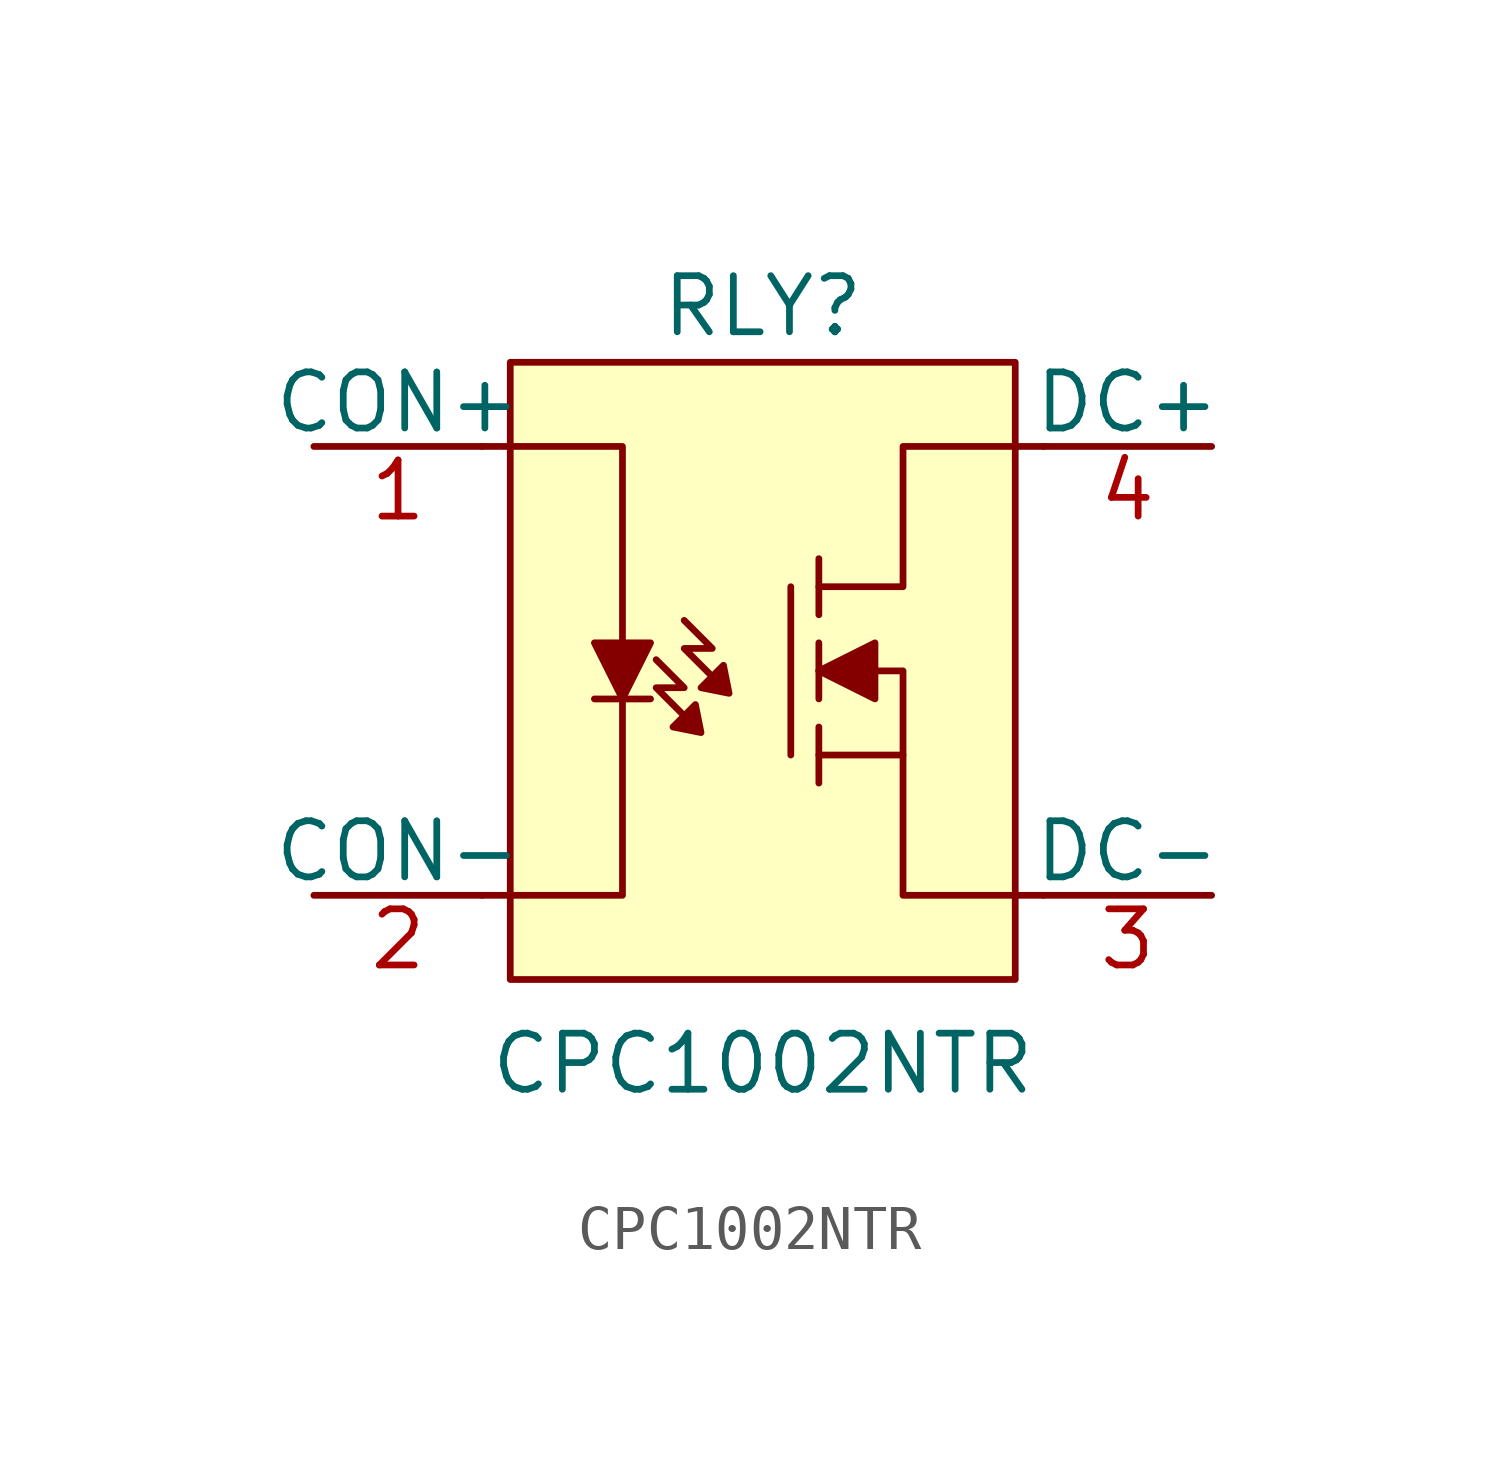
<source format=kicad_sym>
(kicad_symbol_lib
  (version 20211014)
  (generator kicad_symbol_editor)
  (symbol "CPC1002NTR"
    (pin_names
      (offset 0))
    (property "Reference" "RLY"
      (at 0 8.255 0)
      (effects (font (size 1.27 1.27))))
    (property "Value" "CPC1002NTR"
      (at 0 -8.89 0)
      (effects (font (size 1.27 1.27))))
    (symbol "CPC1002NTR_0_1"
      (polyline (pts (xy -3.81 -0.635) (xy -2.54 -0.635)) (stroke (width 0) (type default) (color 0 0 0 0)) (fill (type none)))
      (polyline (pts (xy 0.635 1.905) (xy 0.635 -1.905)) (stroke (width 0) (type default) (color 0 0 0 0)) (fill (type none)))
      (polyline (pts (xy 1.27 -1.27) (xy 1.27 -2.54)) (stroke (width 0) (type default) (color 0 0 0 0)) (fill (type none)))
      (polyline (pts (xy 1.27 -0.635) (xy 1.27 0.635)) (stroke (width 0) (type default) (color 0 0 0 0)) (fill (type none)))
      (polyline (pts (xy 1.27 1.27) (xy 1.27 2.54)) (stroke (width 0) (type default) (color 0 0 0 0)) (fill (type none)))
      (polyline (pts (xy 3.175 -1.905) (xy 3.175 0) (xy 1.27 0)) (stroke (width 0) (type default) (color 0 0 0 0)) (fill (type none)))
      (polyline (pts (xy -6.35 5.08) (xy -3.175 5.08) (xy -3.175 -5.08) (xy -6.35 -5.08)) (stroke (width 0) (type default) (color 0 0 0 0)) (fill (type none)))
      (polyline (pts (xy -3.81 0.635) (xy -2.54 0.635) (xy -3.175 -0.635) (xy -3.81 0.635)) (stroke (width 0) (type default) (color 0 0 0 0)) (fill (type outline)))
      (polyline (pts (xy -2.413 0.254) (xy -1.778 -0.381) (xy -2.413 -0.381) (xy -1.778 -1.016)) (stroke (width 0) (type default) (color 0 0 0 0)) (fill (type none)))
      (polyline (pts (xy -1.778 1.143) (xy -1.143 0.508) (xy -1.778 0.508) (xy -1.143 -0.127)) (stroke (width 0) (type default) (color 0 0 0 0)) (fill (type none)))
      (polyline (pts (xy -1.524 -0.762) (xy -2.032 -1.27) (xy -1.397 -1.397) (xy -1.524 -0.762)) (stroke (width 0) (type default) (color 0 0 0 0)) (fill (type outline)))
      (polyline (pts (xy -0.889 0.127) (xy -1.397 -0.381) (xy -0.762 -0.508) (xy -0.889 0.127)) (stroke (width 0) (type default) (color 0 0 0 0)) (fill (type outline)))
      (polyline (pts (xy 1.27 -1.905) (xy 3.175 -1.905) (xy 3.175 -5.08) (xy 6.35 -5.08)) (stroke (width 0) (type default) (color 0 0 0 0)) (fill (type none)))
      (polyline (pts (xy 1.27 0) (xy 2.54 0.635) (xy 2.54 -0.635) (xy 1.27 0)) (stroke (width 0) (type default) (color 0 0 0 0)) (fill (type outline)))
      (polyline (pts (xy 1.27 1.905) (xy 3.175 1.905) (xy 3.175 5.08) (xy 6.35 5.08)) (stroke (width 0) (type default) (color 0 0 0 0)) (fill (type none)))
      (rectangle (start 5.715 6.985) (end -5.715 -6.985) (stroke (width 0) (type default) (color 0 0 0 0)) (fill (type background))))
    (symbol "CPC1002NTR_1_1"
      (pin passive line (at -10.16 5.08 0) (length 3.81) (name "CON+" (effects (font (size 1.27 1.27)))) (number "1" (effects (font (size 1.27 1.27)))))
      (pin passive line (at -10.16 -5.08 0) (length 3.81) (name "CON-" (effects (font (size 1.27 1.27)))) (number "2" (effects (font (size 1.27 1.27)))))
      (pin input line (at 10.16 -5.08 180) (length 3.81) (name "DC-" (effects (font (size 1.27 1.27)))) (number "3" (effects (font (size 1.27 1.27)))))
      (pin output line (at 10.16 5.08 180) (length 3.81) (name "DC+" (effects (font (size 1.27 1.27)))) (number "4" (effects (font (size 1.27 1.27))))))))
</source>
